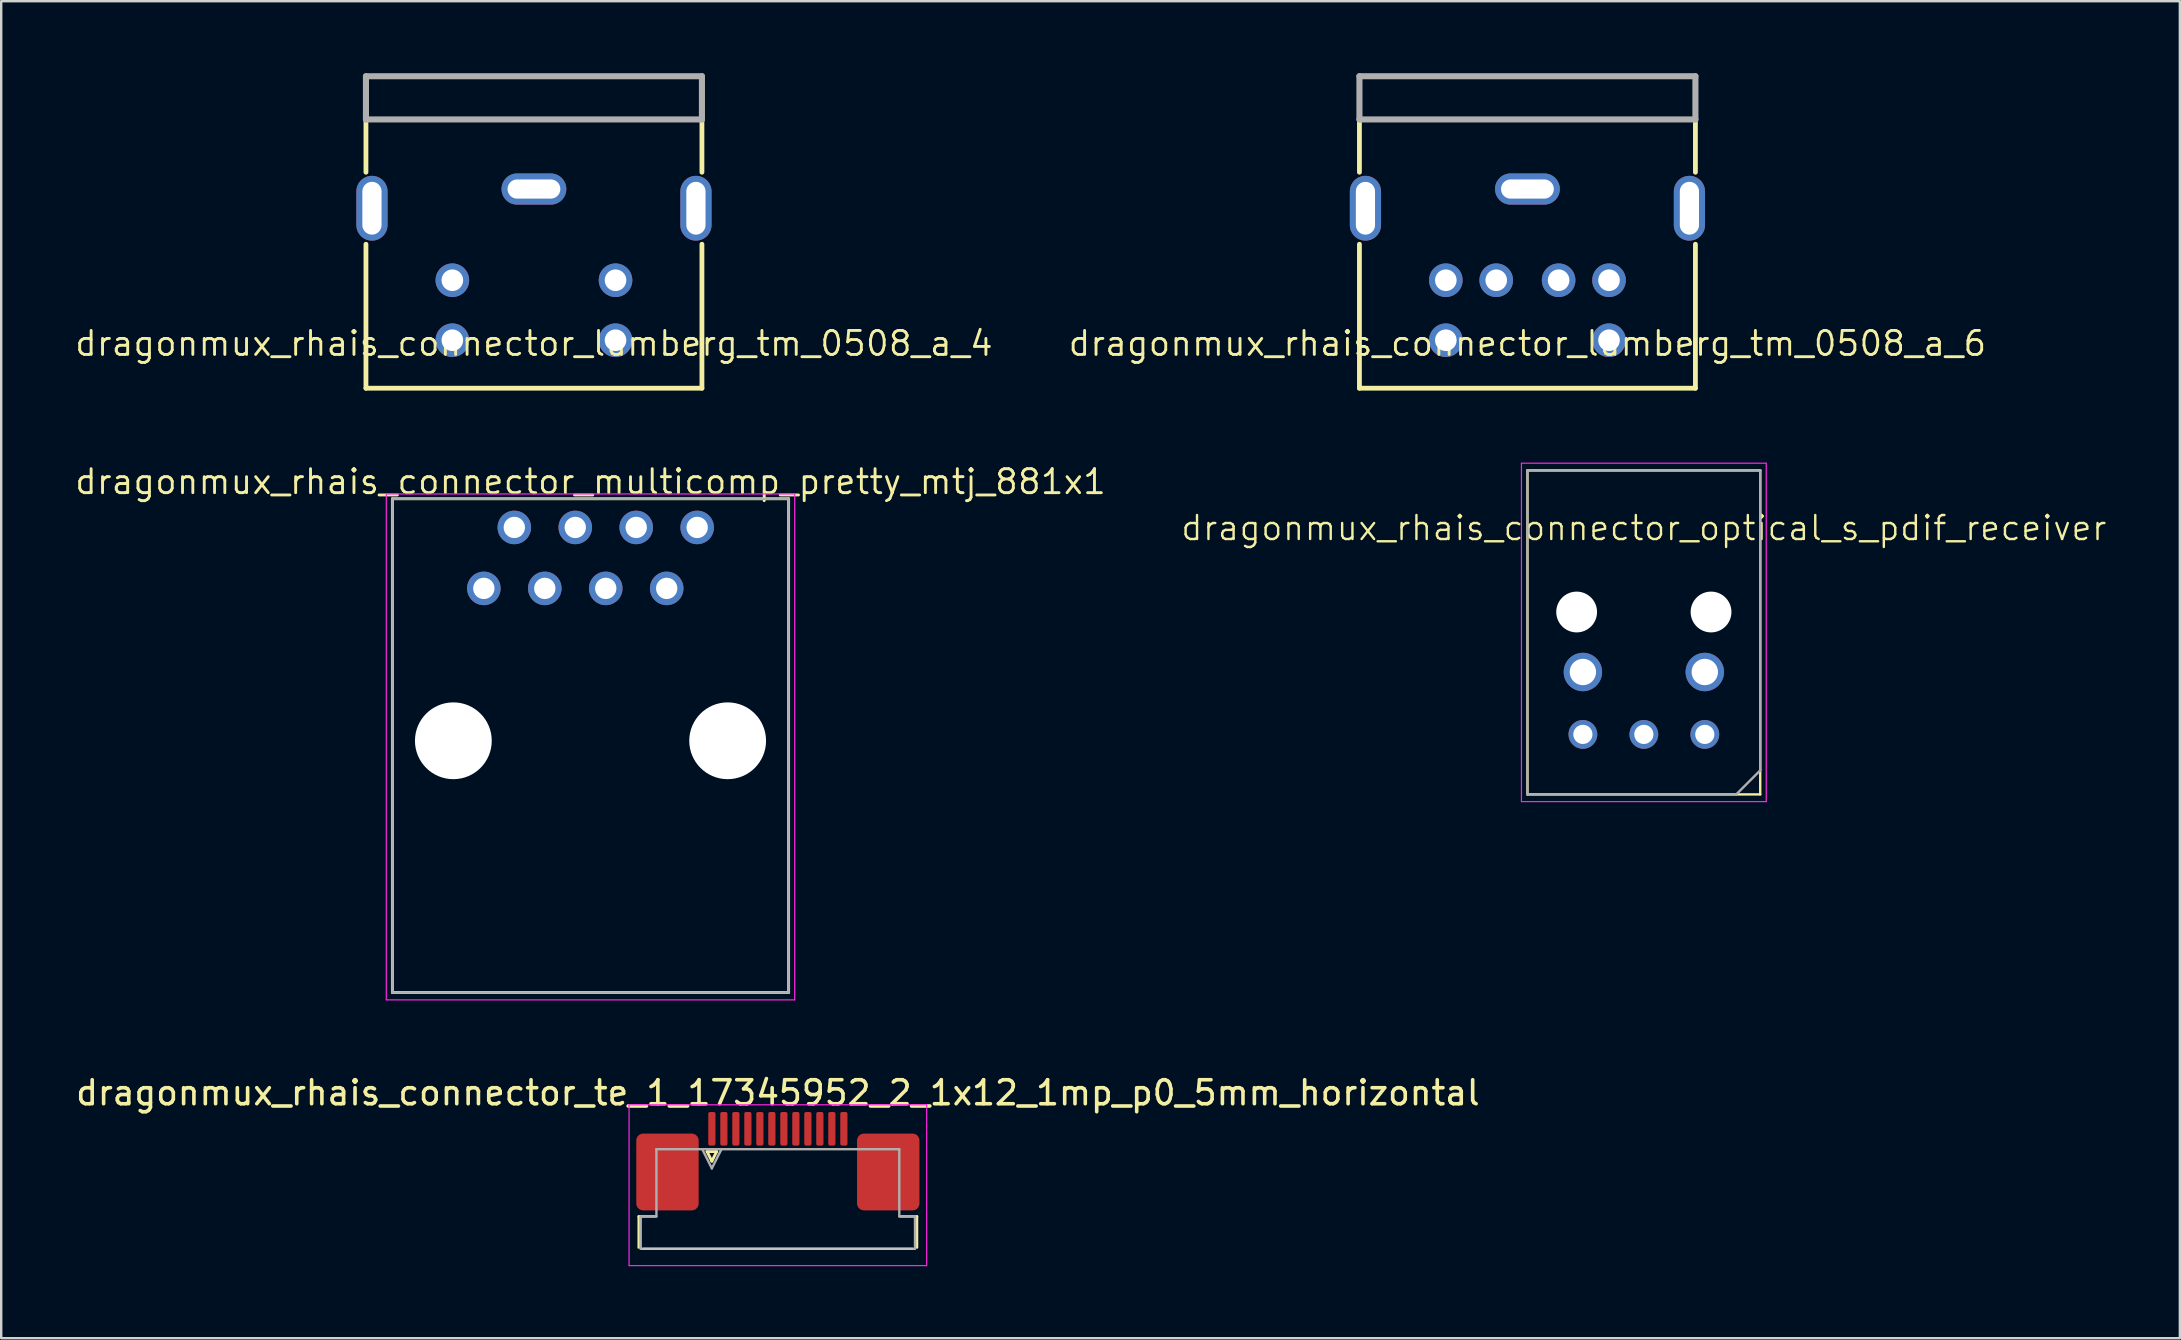
<source format=kicad_pcb>
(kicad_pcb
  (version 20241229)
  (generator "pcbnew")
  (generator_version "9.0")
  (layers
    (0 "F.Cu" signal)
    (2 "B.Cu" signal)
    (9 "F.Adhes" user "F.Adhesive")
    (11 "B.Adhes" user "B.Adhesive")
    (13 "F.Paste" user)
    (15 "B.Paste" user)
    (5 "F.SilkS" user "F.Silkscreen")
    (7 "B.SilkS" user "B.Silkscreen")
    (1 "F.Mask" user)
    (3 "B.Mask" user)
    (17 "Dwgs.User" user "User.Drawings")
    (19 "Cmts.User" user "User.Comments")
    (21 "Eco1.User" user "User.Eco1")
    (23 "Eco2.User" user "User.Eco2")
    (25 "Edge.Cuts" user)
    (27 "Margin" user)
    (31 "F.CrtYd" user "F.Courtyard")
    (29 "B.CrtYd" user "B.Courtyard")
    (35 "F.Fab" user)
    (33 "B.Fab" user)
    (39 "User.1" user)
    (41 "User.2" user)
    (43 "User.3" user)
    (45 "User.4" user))
  (footprint "dragonmux_rhais_connector_multicomp_pretty_mtj_881x1"
    (layer "F.Cu")
    (at 21.556 27.818)
    (property "Reference" "dragonmux_rhais_connector_multicomp_pretty_mtj_881x1" (at 0 -10.795 0) (layer "F.SilkS") (effects (font (size 1 1) (thickness 0.12))))
    (attr through_hole)
    (fp_line (start -8.255 -10.084) (end 8.255 -10.084) (stroke (width 0.12) (type solid)) (layer "F.SilkS"))
    (fp_line (start -8.255 10.49) (end -8.255 -10.084) (stroke (width 0.12) (type solid)) (layer "F.SilkS"))
    (fp_line (start 8.255 -10.084) (end 8.255 10.49) (stroke (width 0.12) (type solid)) (layer "F.SilkS"))
    (fp_line (start 8.255 10.49) (end -8.255 10.49) (stroke (width 0.12) (type solid)) (layer "F.SilkS"))
    (fp_line (start -8.509 -10.287) (end -8.509 10.795) (stroke (width 0.05) (type solid)) (layer "F.CrtYd"))
    (fp_line (start -8.509 10.795) (end 8.509 10.795) (stroke (width 0.05) (type solid)) (layer "F.CrtYd"))
    (fp_line (start 8.509 -10.287) (end -8.509 -10.287) (stroke (width 0.05) (type solid)) (layer "F.CrtYd"))
    (fp_line (start 8.509 10.795) (end 8.509 -10.287) (stroke (width 0.05) (type solid)) (layer "F.CrtYd"))
    (fp_line (start -8.255 -10.084) (end -8.255 10.49) (stroke (width 0.1) (type solid)) (layer "F.Fab"))
    (fp_line (start -8.255 10.49) (end 8.255 10.49) (stroke (width 0.1) (type solid)) (layer "F.Fab"))
    (fp_line (start 8.255 -10.084) (end -8.255 -10.084) (stroke (width 0.1) (type solid)) (layer "F.Fab"))
    (fp_line (start 8.255 10.49) (end 8.255 -10.084) (stroke (width 0.1) (type solid)) (layer "F.Fab"))
    (pad "" np_thru_hole circle (at -5.715 0) (size 3.2 3.2) (drill 3.2) (layers "*.Cu" "*.Mask"))
    (pad "" np_thru_hole circle (at 5.715 0) (size 3.2 3.2) (drill 3.2) (layers "*.Cu" "*.Mask"))
    (pad "1" thru_hole circle (at -4.445 -6.35) (size 1.397 1.397) (drill 0.889) (layers "*.Cu" "*.Mask"))
    (pad "2" thru_hole circle (at -3.175 -8.89) (size 1.397 1.397) (drill 0.889) (layers "*.Cu" "*.Mask"))
    (pad "3" thru_hole circle (at -1.905 -6.35) (size 1.397 1.397) (drill 0.889) (layers "*.Cu" "*.Mask"))
    (pad "4" thru_hole circle (at -0.635 -8.89) (size 1.397 1.397) (drill 0.889) (layers "*.Cu" "*.Mask"))
    (pad "5" thru_hole circle (at 0.635 -6.35) (size 1.397 1.397) (drill 0.889) (layers "*.Cu" "*.Mask"))
    (pad "6" thru_hole circle (at 1.905 -8.89) (size 1.397 1.397) (drill 0.889) (layers "*.Cu" "*.Mask"))
    (pad "7" thru_hole circle (at 3.175 -6.35) (size 1.397 1.397) (drill 0.889) (layers "*.Cu" "*.Mask"))
    (pad "8" thru_hole circle (at 4.445 -8.89) (size 1.397 1.397) (drill 0.889) (layers "*.Cu" "*.Mask")))
  (footprint "dragonmux_rhais_connector_lumberg_tm_0508_a_4"
    (layer "F.Cu")
    (at 19.199 5.627)
    (property "Reference" "dragonmux_rhais_connector_lumberg_tm_0508_a_4" (at 0 5.05 0) (layer "F.SilkS") (effects (font (size 1 1) (thickness 0.12)) (justify top)))
    (attr through_hole)
    (fp_line (start -7 -3.7) (end -7 -1.5) (stroke (width 0.2) (type solid)) (layer "F.SilkS"))
    (fp_line (start -7 7.5) (end -7 1.5) (stroke (width 0.2) (type solid)) (layer "F.SilkS"))
    (fp_line (start 7 -3.7) (end 7 -1.5) (stroke (width 0.2) (type solid)) (layer "F.SilkS"))
    (fp_line (start 7 7.5) (end -7 7.5) (stroke (width 0.2) (type solid)) (layer "F.SilkS"))
    (fp_line (start 7 7.5) (end 7 1.5) (stroke (width 0.2) (type solid)) (layer "F.SilkS"))
    (fp_line (start -7 -5.5) (end 7 -5.5) (stroke (width 0.254) (type solid)) (layer "F.Fab"))
    (fp_line (start -7 -3.7) (end -7 -5.5) (stroke (width 0.254) (type solid)) (layer "F.Fab"))
    (fp_line (start -7 -3.7) (end 7 -3.7) (stroke (width 0.254) (type solid)) (layer "F.Fab"))
    (fp_line (start 7 -5.5) (end 7 -3.7) (stroke (width 0.254) (type solid)) (layer "F.Fab"))
    (pad "1" thru_hole circle (at 3.4 3) (size 1.4 1.4) (drill 0.9) (layers "*.Cu" "*.Mask"))
    (pad "2" thru_hole circle (at -3.4 3) (size 1.4 1.4) (drill 0.9) (layers "*.Cu" "*.Mask"))
    (pad "3" thru_hole circle (at 3.4 5.5) (size 1.4 1.4) (drill 0.9) (layers "*.Cu" "*.Mask"))
    (pad "4" thru_hole circle (at -3.4 5.5) (size 1.4 1.4) (drill 0.9) (layers "*.Cu" "*.Mask"))
    (pad "PE" thru_hole oval (at -6.75 0 90) (size 2.7 1.3) (drill oval 2.2 0.8) (layers "*.Cu" "*.Mask"))
    (pad "PE" thru_hole oval (at 0 -0.8) (size 2.7 1.3) (drill oval 2.2 0.8) (layers "*.Cu" "*.Mask"))
    (pad "PE" thru_hole oval (at 6.75 0 90) (size 2.7 1.3) (drill oval 2.2 0.8) (layers "*.Cu" "*.Mask")))
  (footprint "dragonmux_rhais_connector_te_1_17345952_2_1x12_1mp_p0_5mm_horizontal"
    (layer "F.Cu")
    (at 29.363 45.486)
    (property "Reference" "dragonmux_rhais_connector_te_1_17345952_2_1x12_1mp_p0_5mm_horizontal" (at 0 -3 0) (layer "F.SilkS") (effects (font (size 1 1) (thickness 0.15))))
    (attr smd)
    (fp_line (start -5.8 2.15) (end -5.8 3.45) (stroke (width 0.1) (type solid)) (layer "F.SilkS"))
    (fp_line (start -5.1 2.15) (end -5.8 2.15) (stroke (width 0.1) (type solid)) (layer "F.SilkS"))
    (fp_line (start -2.95 -0.55) (end -2.75 -0.15) (stroke (width 0.12) (type solid)) (layer "F.SilkS"))
    (fp_line (start -2.75 -0.15) (end -2.55 -0.55) (stroke (width 0.12) (type solid)) (layer "F.SilkS"))
    (fp_line (start -2.55 -0.55) (end -2.95 -0.55) (stroke (width 0.12) (type solid)) (layer "F.SilkS"))
    (fp_line (start 5.1 2.15) (end 5.8 2.15) (stroke (width 0.1) (type solid)) (layer "F.SilkS"))
    (fp_line (start 5.8 2.15) (end 5.8 3.45) (stroke (width 0.1) (type solid)) (layer "F.SilkS"))
    (fp_line (start 5.6 3.5) (end -5.61 3.5) (stroke (width 0.1) (type solid)) (layer "Dwgs.User"))
    (fp_line (start -6.2 -2.5) (end -6.2 4.2) (stroke (width 0.05) (type solid)) (layer "F.CrtYd"))
    (fp_line (start -6.2 4.2) (end 6.2 4.2) (stroke (width 0.05) (type solid)) (layer "F.CrtYd"))
    (fp_line (start 6.2 -2.5) (end -6.2 -2.5) (stroke (width 0.05) (type solid)) (layer "F.CrtYd"))
    (fp_line (start 6.2 4.2) (end 6.2 -2.5) (stroke (width 0.05) (type solid)) (layer "F.CrtYd"))
    (fp_line (start -5.715 2.15) (end -5.06 2.15) (stroke (width 0.1) (type solid)) (layer "F.Fab"))
    (fp_line (start -5.715 3.5) (end -5.715 2.15) (stroke (width 0.1) (type solid)) (layer "F.Fab"))
    (fp_line (start -5.06 -0.65) (end 5.06 -0.65) (stroke (width 0.1) (type solid)) (layer "F.Fab"))
    (fp_line (start -5.06 2.15) (end -5.06 -0.65) (stroke (width 0.1) (type solid)) (layer "F.Fab"))
    (fp_line (start -3.15 -0.65) (end -2.75 0.15) (stroke (width 0.1) (type solid)) (layer "F.Fab"))
    (fp_line (start -2.75 0.15) (end -2.35 -0.65) (stroke (width 0.1) (type solid)) (layer "F.Fab"))
    (fp_line (start 5.06 -0.65) (end 5.06 2.15) (stroke (width 0.1) (type solid)) (layer "F.Fab"))
    (fp_line (start 5.06 2.15) (end 5.715 2.15) (stroke (width 0.1) (type solid)) (layer "F.Fab"))
    (fp_line (start 5.715 2.15) (end 5.715 3.5) (stroke (width 0.1) (type solid)) (layer "F.Fab"))
    (fp_line (start 5.715 3.5) (end -5.715 3.5) (stroke (width 0.1) (type solid)) (layer "F.Fab"))
    (pad "1" smd roundrect (at -2.75 -1.5) (size 0.3 1.4) (layers "F.Cu" "F.Mask" "F.Paste") (roundrect_rratio 0.25))
    (pad "2" smd roundrect (at -2.25 -1.5) (size 0.3 1.4) (layers "F.Cu" "F.Mask" "F.Paste") (roundrect_rratio 0.25))
    (pad "3" smd roundrect (at -1.75 -1.5) (size 0.3 1.4) (layers "F.Cu" "F.Mask" "F.Paste") (roundrect_rratio 0.25))
    (pad "4" smd roundrect (at -1.25 -1.5) (size 0.3 1.4) (layers "F.Cu" "F.Mask" "F.Paste") (roundrect_rratio 0.25))
    (pad "5" smd roundrect (at -0.75 -1.5) (size 0.3 1.4) (layers "F.Cu" "F.Mask" "F.Paste") (roundrect_rratio 0.25))
    (pad "6" smd roundrect (at -0.25 -1.5) (size 0.3 1.4) (layers "F.Cu" "F.Mask" "F.Paste") (roundrect_rratio 0.25))
    (pad "7" smd roundrect (at 0.25 -1.5) (size 0.3 1.4) (layers "F.Cu" "F.Mask" "F.Paste") (roundrect_rratio 0.25))
    (pad "8" smd roundrect (at 0.75 -1.5) (size 0.3 1.4) (layers "F.Cu" "F.Mask" "F.Paste") (roundrect_rratio 0.25))
    (pad "9" smd roundrect (at 1.25 -1.5) (size 0.3 1.4) (layers "F.Cu" "F.Mask" "F.Paste") (roundrect_rratio 0.25))
    (pad "10" smd roundrect (at 1.75 -1.5) (size 0.3 1.4) (layers "F.Cu" "F.Mask" "F.Paste") (roundrect_rratio 0.25))
    (pad "11" smd roundrect (at 2.25 -1.5) (size 0.3 1.4) (layers "F.Cu" "F.Mask" "F.Paste") (roundrect_rratio 0.25))
    (pad "12" smd roundrect (at 2.75 -1.5) (size 0.3 1.4) (layers "F.Cu" "F.Mask" "F.Paste") (roundrect_rratio 0.25))
    (pad "MP" smd roundrect (at -4.6 0.3) (size 2.6 3.2) (layers "F.Cu" "F.Mask" "F.Paste") (roundrect_rratio 0.109))
    (pad "MP" smd roundrect (at 4.6 0.3) (size 2.6 3.2) (layers "F.Cu" "F.Mask" "F.Paste") (roundrect_rratio 0.109)))
  (footprint "dragonmux_rhais_connector_optical_s_pdif_receiver"
    (layer "F.Cu")
    (at 65.448 24.952)
    (property "Reference" "dragonmux_rhais_connector_optical_s_pdif_receiver" (at 0 -6 0) (unlocked yes) (layer "F.SilkS") (effects (font (size 1 1) (thickness 0.1))))
    (attr through_hole)
    (fp_line (start -4.85 -8.4) (end 4.85 -8.4) (stroke (width 0.1) (type solid)) (layer "F.SilkS"))
    (fp_line (start -4.85 5.1) (end -4.85 -8.4) (stroke (width 0.1) (type solid)) (layer "F.SilkS"))
    (fp_line (start 4.85 -8.4) (end 4.85 5.1) (stroke (width 0.1) (type solid)) (layer "F.SilkS"))
    (fp_line (start 4.85 5.1) (end -4.85 5.1) (stroke (width 0.1) (type solid)) (layer "F.SilkS"))
    (fp_line (start -5.1 -8.7) (end 5.1 -8.7) (stroke (width 0.05) (type solid)) (layer "F.CrtYd"))
    (fp_line (start -5.1 5.4) (end -5.1 -8.7) (stroke (width 0.05) (type solid)) (layer "F.CrtYd"))
    (fp_line (start -5.1 5.4) (end 5.1 5.4) (stroke (width 0.05) (type solid)) (layer "F.CrtYd"))
    (fp_line (start 5.1 5.4) (end 5.1 -8.7) (stroke (width 0.05) (type solid)) (layer "F.CrtYd"))
    (fp_line (start -4.85 -8.4) (end -4.85 5.1) (stroke (width 0.1) (type solid)) (layer "F.Fab"))
    (fp_line (start -4.85 -8.4) (end 4.85 -8.4) (stroke (width 0.1) (type solid)) (layer "F.Fab"))
    (fp_line (start -4.85 5.1) (end 3.85 5.1) (stroke (width 0.1) (type solid)) (layer "F.Fab"))
    (fp_line (start 3.85 5.1) (end 4.85 4.1) (stroke (width 0.1) (type solid)) (layer "F.Fab"))
    (fp_line (start 4.85 -8.4) (end 4.85 4.1) (stroke (width 0.1) (type solid)) (layer "F.Fab"))
    (pad "" np_thru_hole circle (at -2.8 -2.5) (size 1.7 1.7) (drill 1.7) (layers "*.Cu" "*.Mask"))
    (pad "" np_thru_hole circle (at 2.8 -2.5) (size 1.7 1.7) (drill 1.7) (layers "*.Cu" "*.Mask"))
    (pad "1" thru_hole circle (at 2.54 2.6) (size 1.2 1.2) (drill 0.8) (layers "*.Cu" "*.Mask"))
    (pad "2" thru_hole circle (at 0 2.6) (size 1.2 1.2) (drill 0.8) (layers "*.Cu" "*.Mask"))
    (pad "3" thru_hole circle (at -2.54 2.6) (size 1.2 1.2) (drill 0.8) (layers "*.Cu" "*.Mask"))
    (pad "4" thru_hole circle (at 2.54 0) (size 1.6 1.6) (drill 1.1) (layers "*.Cu" "*.Mask"))
    (pad "5" thru_hole circle (at -2.54 0) (size 1.6 1.6) (drill 1.1) (layers "*.Cu" "*.Mask")))
  (footprint "dragonmux_rhais_connector_lumberg_tm_0508_a_6"
    (layer "F.Cu")
    (at 60.597 5.627)
    (property "Reference" "dragonmux_rhais_connector_lumberg_tm_0508_a_6" (at 0 5.05 0) (layer "F.SilkS") (effects (font (size 1 1) (thickness 0.12)) (justify top)))
    (attr through_hole)
    (fp_line (start -7 -3.7) (end -7 -1.5) (stroke (width 0.2) (type solid)) (layer "F.SilkS"))
    (fp_line (start -7 7.5) (end -7 1.5) (stroke (width 0.2) (type solid)) (layer "F.SilkS"))
    (fp_line (start 7 -3.7) (end 7 -1.5) (stroke (width 0.2) (type solid)) (layer "F.SilkS"))
    (fp_line (start 7 7.5) (end -7 7.5) (stroke (width 0.2) (type solid)) (layer "F.SilkS"))
    (fp_line (start 7 7.5) (end 7 1.5) (stroke (width 0.2) (type solid)) (layer "F.SilkS"))
    (fp_line (start -7 -5.5) (end 7 -5.5) (stroke (width 0.254) (type solid)) (layer "F.Fab"))
    (fp_line (start -7 -3.7) (end -7 -5.5) (stroke (width 0.254) (type solid)) (layer "F.Fab"))
    (fp_line (start -7 -3.7) (end 7 -3.7) (stroke (width 0.254) (type solid)) (layer "F.Fab"))
    (fp_line (start 7 -5.5) (end 7 -3.7) (stroke (width 0.254) (type solid)) (layer "F.Fab"))
    (pad "1" thru_hole circle (at 1.3 3) (size 1.4 1.4) (drill 0.9) (layers "*.Cu" "*.Mask"))
    (pad "2" thru_hole circle (at -1.3 3) (size 1.4 1.4) (drill 0.9) (layers "*.Cu" "*.Mask"))
    (pad "3" thru_hole circle (at 3.4 3) (size 1.4 1.4) (drill 0.9) (layers "*.Cu" "*.Mask"))
    (pad "4" thru_hole circle (at -3.4 3) (size 1.4 1.4) (drill 0.9) (layers "*.Cu" "*.Mask"))
    (pad "5" thru_hole circle (at 3.4 5.5) (size 1.4 1.4) (drill 0.9) (layers "*.Cu" "*.Mask"))
    (pad "6" thru_hole circle (at -3.4 5.5) (size 1.4 1.4) (drill 0.9) (layers "*.Cu" "*.Mask"))
    (pad "PE" thru_hole oval (at -6.75 0 90) (size 2.7 1.3) (drill oval 2.2 0.8) (layers "*.Cu" "*.Mask"))
    (pad "PE" thru_hole oval (at 0 -0.8) (size 2.7 1.3) (drill oval 2.2 0.8) (layers "*.Cu" "*.Mask"))
    (pad "PE" thru_hole oval (at 6.75 0 90) (size 2.7 1.3) (drill oval 2.2 0.8) (layers "*.Cu" "*.Mask")))
  (gr_rect
    (start -3 -3)
    (end 87.784 52.711)
    (stroke (width 0.1) (type default))
    (fill no)
    (layer "Edge.Cuts")))
</source>
